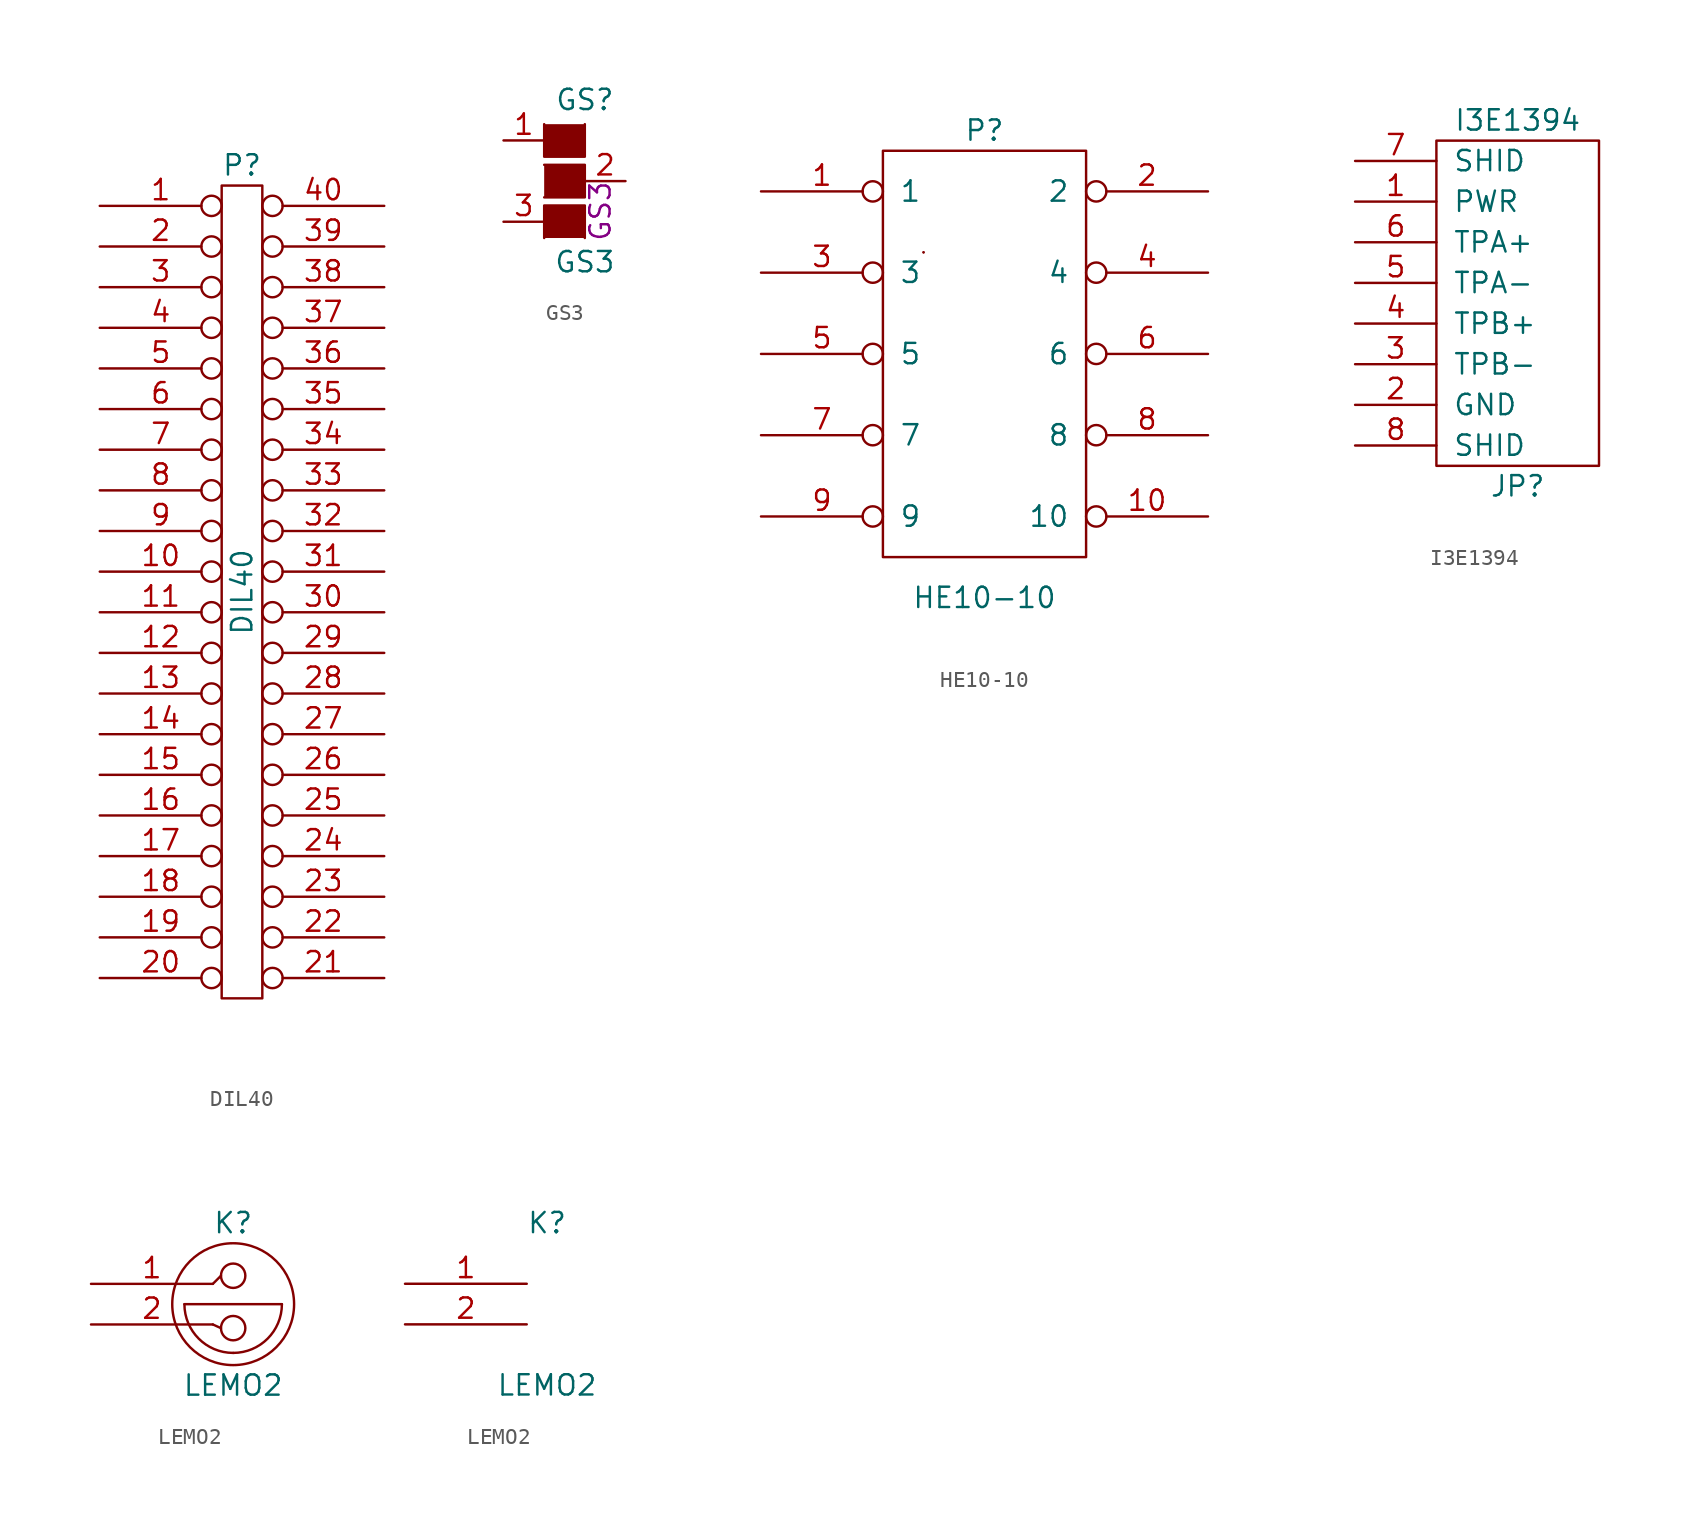
<source format=kicad_sym>
(kicad_symbol_lib
  (version 20211014)
  (generator kicad_symbol_editor)
  (symbol "DIL40"
    (pin_names
      (offset 1.016) hide)
    (property "Reference" "P"
      (at 0 26.67 0)
      (effects (font (size 1.27 1.27))))
    (property "Value" "DIL40"
      (at 0 0 90)
      (effects (font (size 1.27 1.27))))
    (property "Footprint" ""
      (at 0 0 0)
      (effects (font (size 1.27 1.27))))
    (property "Datasheet" ""
      (at 0 0 0)
      (effects (font (size 1.27 1.27))))
    (symbol "DIL40_0_1"
      (rectangle (start -1.27 25.4) (end 1.27 -25.4) (stroke (width 0) (type default) (color 0 0 0 0)) (fill (type none))))
    (symbol "DIL40_1_1"
      (pin passive inverted (at -8.89 24.13 0) (length 7.62) (name "1" (effects (font (size 1.27 1.27)))) (number "1" (effects (font (size 1.27 1.27)))))
      (pin passive inverted (at -8.89 1.27 0) (length 7.62) (name "10" (effects (font (size 1.27 1.27)))) (number "10" (effects (font (size 1.27 1.27)))))
      (pin passive inverted (at -8.89 -1.27 0) (length 7.62) (name "11" (effects (font (size 1.27 1.27)))) (number "11" (effects (font (size 1.27 1.27)))))
      (pin passive inverted (at -8.89 -3.81 0) (length 7.62) (name "12" (effects (font (size 1.27 1.27)))) (number "12" (effects (font (size 1.27 1.27)))))
      (pin passive inverted (at -8.89 -6.35 0) (length 7.62) (name "13" (effects (font (size 1.27 1.27)))) (number "13" (effects (font (size 1.27 1.27)))))
      (pin passive inverted (at -8.89 -8.89 0) (length 7.62) (name "14" (effects (font (size 1.27 1.27)))) (number "14" (effects (font (size 1.27 1.27)))))
      (pin passive inverted (at -8.89 -11.43 0) (length 7.62) (name "15" (effects (font (size 1.27 1.27)))) (number "15" (effects (font (size 1.27 1.27)))))
      (pin passive inverted (at -8.89 -13.97 0) (length 7.62) (name "16" (effects (font (size 1.27 1.27)))) (number "16" (effects (font (size 1.27 1.27)))))
      (pin passive inverted (at -8.89 -16.51 0) (length 7.62) (name "17" (effects (font (size 1.27 1.27)))) (number "17" (effects (font (size 1.27 1.27)))))
      (pin passive inverted (at -8.89 -19.05 0) (length 7.62) (name "18" (effects (font (size 1.27 1.27)))) (number "18" (effects (font (size 1.27 1.27)))))
      (pin passive inverted (at -8.89 -21.59 0) (length 7.62) (name "19" (effects (font (size 1.27 1.27)))) (number "19" (effects (font (size 1.27 1.27)))))
      (pin passive inverted (at -8.89 21.59 0) (length 7.62) (name "2" (effects (font (size 1.27 1.27)))) (number "2" (effects (font (size 1.27 1.27)))))
      (pin passive inverted (at -8.89 -24.13 0) (length 7.62) (name "20" (effects (font (size 1.27 1.27)))) (number "20" (effects (font (size 1.27 1.27)))))
      (pin passive inverted (at 8.89 -24.13 180) (length 7.62) (name "21" (effects (font (size 1.27 1.27)))) (number "21" (effects (font (size 1.27 1.27)))))
      (pin passive inverted (at 8.89 -21.59 180) (length 7.62) (name "22" (effects (font (size 1.27 1.27)))) (number "22" (effects (font (size 1.27 1.27)))))
      (pin passive inverted (at 8.89 -19.05 180) (length 7.62) (name "23" (effects (font (size 1.27 1.27)))) (number "23" (effects (font (size 1.27 1.27)))))
      (pin passive inverted (at 8.89 -16.51 180) (length 7.62) (name "24" (effects (font (size 1.27 1.27)))) (number "24" (effects (font (size 1.27 1.27)))))
      (pin passive inverted (at 8.89 -13.97 180) (length 7.62) (name "25" (effects (font (size 1.27 1.27)))) (number "25" (effects (font (size 1.27 1.27)))))
      (pin passive inverted (at 8.89 -11.43 180) (length 7.62) (name "26" (effects (font (size 1.27 1.27)))) (number "26" (effects (font (size 1.27 1.27)))))
      (pin passive inverted (at 8.89 -8.89 180) (length 7.62) (name "27" (effects (font (size 1.27 1.27)))) (number "27" (effects (font (size 1.27 1.27)))))
      (pin passive inverted (at 8.89 -6.35 180) (length 7.62) (name "28" (effects (font (size 1.27 1.27)))) (number "28" (effects (font (size 1.27 1.27)))))
      (pin passive inverted (at 8.89 -3.81 180) (length 7.62) (name "29" (effects (font (size 1.27 1.27)))) (number "29" (effects (font (size 1.27 1.27)))))
      (pin passive inverted (at -8.89 19.05 0) (length 7.62) (name "3" (effects (font (size 1.27 1.27)))) (number "3" (effects (font (size 1.27 1.27)))))
      (pin passive inverted (at 8.89 -1.27 180) (length 7.62) (name "30" (effects (font (size 1.27 1.27)))) (number "30" (effects (font (size 1.27 1.27)))))
      (pin passive inverted (at 8.89 1.27 180) (length 7.62) (name "31" (effects (font (size 1.27 1.27)))) (number "31" (effects (font (size 1.27 1.27)))))
      (pin passive inverted (at 8.89 3.81 180) (length 7.62) (name "32" (effects (font (size 1.27 1.27)))) (number "32" (effects (font (size 1.27 1.27)))))
      (pin passive inverted (at 8.89 6.35 180) (length 7.62) (name "33" (effects (font (size 1.27 1.27)))) (number "33" (effects (font (size 1.27 1.27)))))
      (pin passive inverted (at 8.89 8.89 180) (length 7.62) (name "34" (effects (font (size 1.27 1.27)))) (number "34" (effects (font (size 1.27 1.27)))))
      (pin passive inverted (at 8.89 11.43 180) (length 7.62) (name "35" (effects (font (size 1.27 1.27)))) (number "35" (effects (font (size 1.27 1.27)))))
      (pin passive inverted (at 8.89 13.97 180) (length 7.62) (name "36" (effects (font (size 1.27 1.27)))) (number "36" (effects (font (size 1.27 1.27)))))
      (pin passive inverted (at 8.89 16.51 180) (length 7.62) (name "37" (effects (font (size 1.27 1.27)))) (number "37" (effects (font (size 1.27 1.27)))))
      (pin passive inverted (at 8.89 19.05 180) (length 7.62) (name "38" (effects (font (size 1.27 1.27)))) (number "38" (effects (font (size 1.27 1.27)))))
      (pin passive inverted (at 8.89 21.59 180) (length 7.62) (name "39" (effects (font (size 1.27 1.27)))) (number "39" (effects (font (size 1.27 1.27)))))
      (pin passive inverted (at -8.89 16.51 0) (length 7.62) (name "4" (effects (font (size 1.27 1.27)))) (number "4" (effects (font (size 1.27 1.27)))))
      (pin passive inverted (at 8.89 24.13 180) (length 7.62) (name "40" (effects (font (size 1.27 1.27)))) (number "40" (effects (font (size 1.27 1.27)))))
      (pin passive inverted (at -8.89 13.97 0) (length 7.62) (name "5" (effects (font (size 1.27 1.27)))) (number "5" (effects (font (size 1.27 1.27)))))
      (pin passive inverted (at -8.89 11.43 0) (length 7.62) (name "6" (effects (font (size 1.27 1.27)))) (number "6" (effects (font (size 1.27 1.27)))))
      (pin passive inverted (at -8.89 8.89 0) (length 7.62) (name "7" (effects (font (size 1.27 1.27)))) (number "7" (effects (font (size 1.27 1.27)))))
      (pin passive inverted (at -8.89 6.35 0) (length 7.62) (name "8" (effects (font (size 1.27 1.27)))) (number "8" (effects (font (size 1.27 1.27)))))
      (pin passive inverted (at -8.89 3.81 0) (length 7.62) (name "9" (effects (font (size 1.27 1.27)))) (number "9" (effects (font (size 1.27 1.27)))))))
  (symbol "GS3"
    (pin_names
      (offset 1.016) hide)
    (property "Reference" "GS"
      (at 1.27 5.08 0)
      (effects (font (size 1.27 1.27))))
    (property "Value" "GS3"
      (at 1.27 -5.055 0)
      (effects (font (size 1.27 1.27))))
    (property "Footprint" "GS3"
      (at 2.235 -1.88 90)
      (effects (font (size 1.27 1.27))))
    (property "Datasheet" ""
      (at 0 0 0)
      (effects (font (size 1.27 1.27))))
    (symbol "GS3_0_1"
      (polyline (pts (xy -1.27 -3.556) (xy -1.27 -1.524) (xy 1.27 -1.524) (xy 1.27 -3.556)) (stroke (width 0) (type default) (color 0 0 0 0)) (fill (type outline)))
      (polyline (pts (xy -1.27 1.016) (xy 1.27 1.016) (xy 1.27 -1.016) (xy -1.27 -1.016)) (stroke (width 0) (type default) (color 0 0 0 0)) (fill (type outline)))
      (polyline (pts (xy -1.27 3.556) (xy -1.27 1.524) (xy 1.27 1.524) (xy 1.27 3.556)) (stroke (width 0) (type default) (color 0 0 0 0)) (fill (type outline))))
    (symbol "GS3_1_1"
      (pin passive line (at -3.81 2.54 0) (length 2.54) (name "G1" (effects (font (size 1.27 1.27)))) (number "1" (effects (font (size 1.27 1.27)))))
      (pin passive line (at 3.81 0 180) (length 2.54) (name "G2" (effects (font (size 1.27 1.27)))) (number "2" (effects (font (size 1.27 1.27)))))
      (pin passive line (at -3.81 -2.54 0) (length 2.54) (name "G3" (effects (font (size 1.27 1.27)))) (number "3" (effects (font (size 1.27 1.27)))))))
  (symbol "HE10-10"
    (pin_names
      (offset 1.016))
    (property "Reference" "P"
      (at 0 13.97 0)
      (effects (font (size 1.27 1.27))))
    (property "Value" "HE10-10"
      (at 0 -15.24 0)
      (effects (font (size 1.27 1.27))))
    (property "Footprint" ""
      (at 0 0 0)
      (effects (font (size 1.27 1.27))))
    (property "Datasheet" ""
      (at 0 0 0)
      (effects (font (size 1.27 1.27))))
    (symbol "HE10-10_0_1"
      (rectangle (start -6.35 12.7) (end 6.35 -12.7) (stroke (width 0) (type default) (color 0 0 0 0)) (fill (type none)))
      (rectangle (start -3.81 6.35) (end -3.81 6.35) (stroke (width 0) (type default) (color 0 0 0 0)) (fill (type none)))
      (rectangle (start -3.81 6.35) (end -3.81 6.35) (stroke (width 0) (type default) (color 0 0 0 0)) (fill (type none))))
    (symbol "HE10-10_1_1"
      (pin passive inverted (at -13.97 10.16 0) (length 7.62) (name "1" (effects (font (size 1.27 1.27)))) (number "1" (effects (font (size 1.27 1.27)))))
      (pin passive inverted (at 13.97 -10.16 180) (length 7.62) (name "10" (effects (font (size 1.27 1.27)))) (number "10" (effects (font (size 1.27 1.27)))))
      (pin passive inverted (at 13.97 10.16 180) (length 7.62) (name "2" (effects (font (size 1.27 1.27)))) (number "2" (effects (font (size 1.27 1.27)))))
      (pin passive inverted (at -13.97 5.08 0) (length 7.62) (name "3" (effects (font (size 1.27 1.27)))) (number "3" (effects (font (size 1.27 1.27)))))
      (pin passive inverted (at 13.97 5.08 180) (length 7.62) (name "4" (effects (font (size 1.27 1.27)))) (number "4" (effects (font (size 1.27 1.27)))))
      (pin passive inverted (at -13.97 0 0) (length 7.62) (name "5" (effects (font (size 1.27 1.27)))) (number "5" (effects (font (size 1.27 1.27)))))
      (pin passive inverted (at 13.97 0 180) (length 7.62) (name "6" (effects (font (size 1.27 1.27)))) (number "6" (effects (font (size 1.27 1.27)))))
      (pin passive inverted (at -13.97 -5.08 0) (length 7.62) (name "7" (effects (font (size 1.27 1.27)))) (number "7" (effects (font (size 1.27 1.27)))))
      (pin passive inverted (at 13.97 -5.08 180) (length 7.62) (name "8" (effects (font (size 1.27 1.27)))) (number "8" (effects (font (size 1.27 1.27)))))
      (pin passive inverted (at -13.97 -10.16 0) (length 7.62) (name "9" (effects (font (size 1.27 1.27)))) (number "9" (effects (font (size 1.27 1.27)))))))
  (symbol "I3E1394"
    (pin_names
      (offset 1.016))
    (property "Reference" "JP"
      (at 0 -11.43 0)
      (effects (font (size 1.27 1.27))))
    (property "Value" "I3E1394"
      (at 0 11.43 0)
      (effects (font (size 1.27 1.27))))
    (property "Footprint" ""
      (at 0 0 0)
      (effects (font (size 1.27 1.27))))
    (property "Datasheet" ""
      (at 0 0 0)
      (effects (font (size 1.27 1.27))))
    (symbol "I3E1394_0_1"
      (rectangle (start -5.08 10.16) (end 5.08 -10.16) (stroke (width 0) (type default) (color 0 0 0 0)) (fill (type none))))
    (symbol "I3E1394_1_1"
      (pin passive line (at -10.16 6.35 0) (length 5.08) (name "PWR" (effects (font (size 1.27 1.27)))) (number "1" (effects (font (size 1.27 1.27)))))
      (pin passive line (at -10.16 -6.35 0) (length 5.08) (name "GND" (effects (font (size 1.27 1.27)))) (number "2" (effects (font (size 1.27 1.27)))))
      (pin bidirectional line (at -10.16 -3.81 0) (length 5.08) (name "TPB-" (effects (font (size 1.27 1.27)))) (number "3" (effects (font (size 1.27 1.27)))))
      (pin bidirectional line (at -10.16 -1.27 0) (length 5.08) (name "TPB+" (effects (font (size 1.27 1.27)))) (number "4" (effects (font (size 1.27 1.27)))))
      (pin bidirectional line (at -10.16 1.27 0) (length 5.08) (name "TPA-" (effects (font (size 1.27 1.27)))) (number "5" (effects (font (size 1.27 1.27)))))
      (pin bidirectional line (at -10.16 3.81 0) (length 5.08) (name "TPA+" (effects (font (size 1.27 1.27)))) (number "6" (effects (font (size 1.27 1.27)))))
      (pin passive line (at -10.16 8.89 0) (length 5.08) (name "SHID" (effects (font (size 1.27 1.27)))) (number "7" (effects (font (size 1.27 1.27)))))
      (pin passive line (at -10.16 -8.89 0) (length 5.08) (name "SHID" (effects (font (size 1.27 1.27)))) (number "8" (effects (font (size 1.27 1.27)))))))
  (symbol "LEMO2"
    (pin_names
      (offset 1.016) hide)
    (property "Reference" "K"
      (at 0 5.08 0)
      (effects (font (size 1.27 1.27))))
    (property "Value" "LEMO2"
      (at 0 -5.08 0)
      (effects (font (size 1.27 1.27))))
    (property "Footprint" ""
      (at 0 0 0)
      (effects (font (size 1.27 1.27))))
    (property "Datasheet" ""
      (at 0 0 0)
      (effects (font (size 1.27 1.27))))
    (symbol "LEMO2_0_1"
      (arc (start -3.048 0) (mid -2.1553 -2.1553) (end 0 -3.048) (stroke (width 0) (type default) (color 0 0 0 0)) (fill (type none)))
      (arc (start 0 -3.048) (mid 2.1553 -2.1553) (end 3.048 0) (stroke (width 0) (type default) (color 0 0 0 0)) (fill (type none)))
      (circle (center 0 -1.499) (radius 0.762) (stroke (width 0) (type default) (color 0 0 0 0)) (fill (type none)))
      (polyline (pts (xy -3.048 0) (xy 3.048 0)) (stroke (width 0) (type default) (color 0 0 0 0)) (fill (type none)))
      (polyline (pts (xy -1.27 1.27) (xy -0.762 1.778)) (stroke (width 0) (type default) (color 0 0 0 0)) (fill (type none)))
      (polyline (pts (xy -0.762 -1.499) (xy -1.27 -1.27)) (stroke (width 0) (type default) (color 0 0 0 0)) (fill (type none)))
      (circle (center 0 0) (radius 3.81) (stroke (width 0) (type default) (color 0 0 0 0)) (fill (type none)))
      (circle (center 0 1.778) (radius 0.762) (stroke (width 0) (type default) (color 0 0 0 0)) (fill (type none))))
    (symbol "LEMO2_1_1"
      (pin bidirectional line (at -8.89 1.27 0) (length 7.62) (name "~" (effects (font (size 1.27 1.27)))) (number "1" (effects (font (size 1.27 1.27)))))
      (pin bidirectional line (at -8.89 -1.27 0) (length 7.62) (name "~" (effects (font (size 1.27 1.27)))) (number "2" (effects (font (size 1.27 1.27))))))
    (symbol "LEMO2_1_2"
      (pin bidirectional line (at -8.89 1.27 0) (length 7.62) (name "~" (effects (font (size 1.27 1.27)))) (number "1" (effects (font (size 1.27 1.27)))))
      (pin bidirectional line (at -8.89 -1.27 0) (length 7.62) (name "~" (effects (font (size 1.27 1.27)))) (number "2" (effects (font (size 1.27 1.27))))))))
</source>
